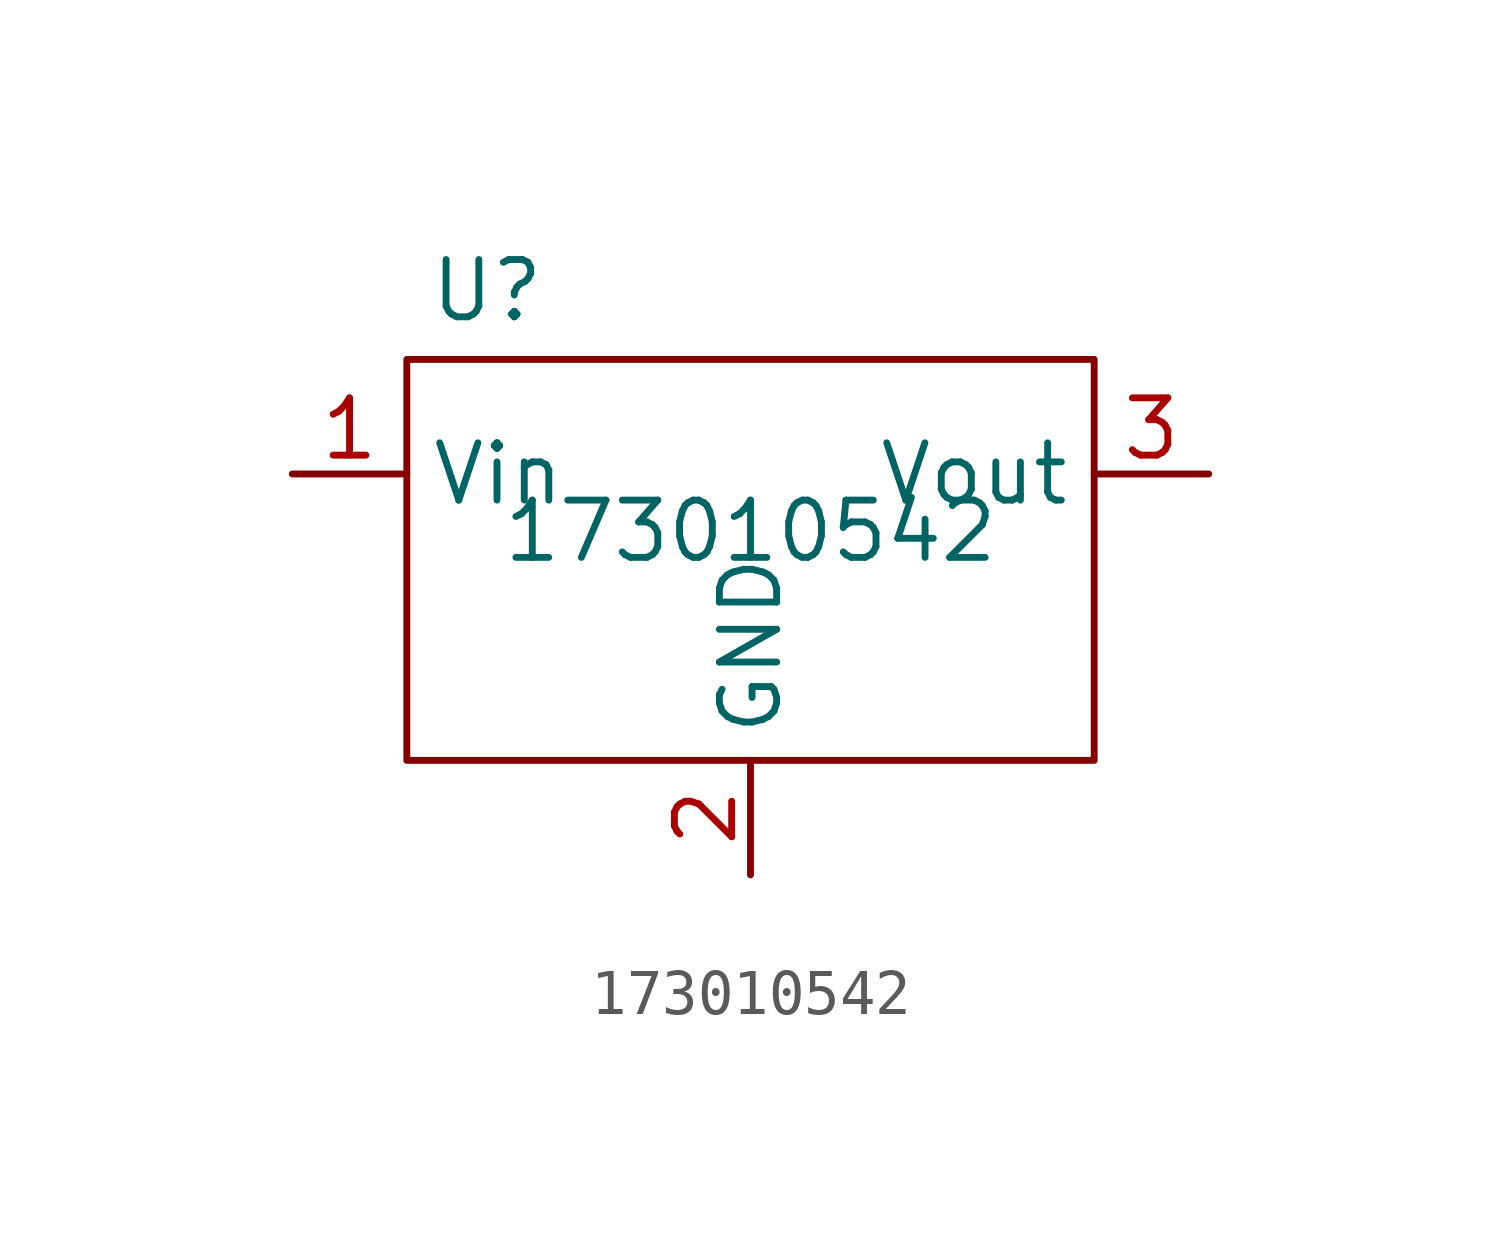
<source format=kicad_sym>
(kicad_symbol_lib
  (version 20231120)
  (generator "kicad_symbol_editor")
  (generator_version "8.0")
  (symbol "173010542"
    (property "Reference" "U"
      (at -5.842 5.334 0)
      (effects (font (size 1.27 1.27))))
    (property "Value" "173010542"
      (at 0 0 0)
      (effects (font (size 1.27 1.27))))
    (symbol "173010542_1_1"
      (rectangle (start -7.62 3.81) (end 7.62 -5.08) (stroke (width 0) (type default)) (fill (type none)))
      (pin power_in line (at -10.16 1.27 0) (length 2.54) (name "Vin" (effects (font (size 1.27 1.27)))) (number "1" (effects (font (size 1.27 1.27)))))
      (pin power_in line (at 0 -7.62 90) (length 2.54) (name "GND" (effects (font (size 1.27 1.27)))) (number "2" (effects (font (size 1.27 1.27)))))
      (pin power_out line (at 10.16 1.27 180) (length 2.54) (name "Vout" (effects (font (size 1.27 1.27)))) (number "3" (effects (font (size 1.27 1.27))))))))
</source>
